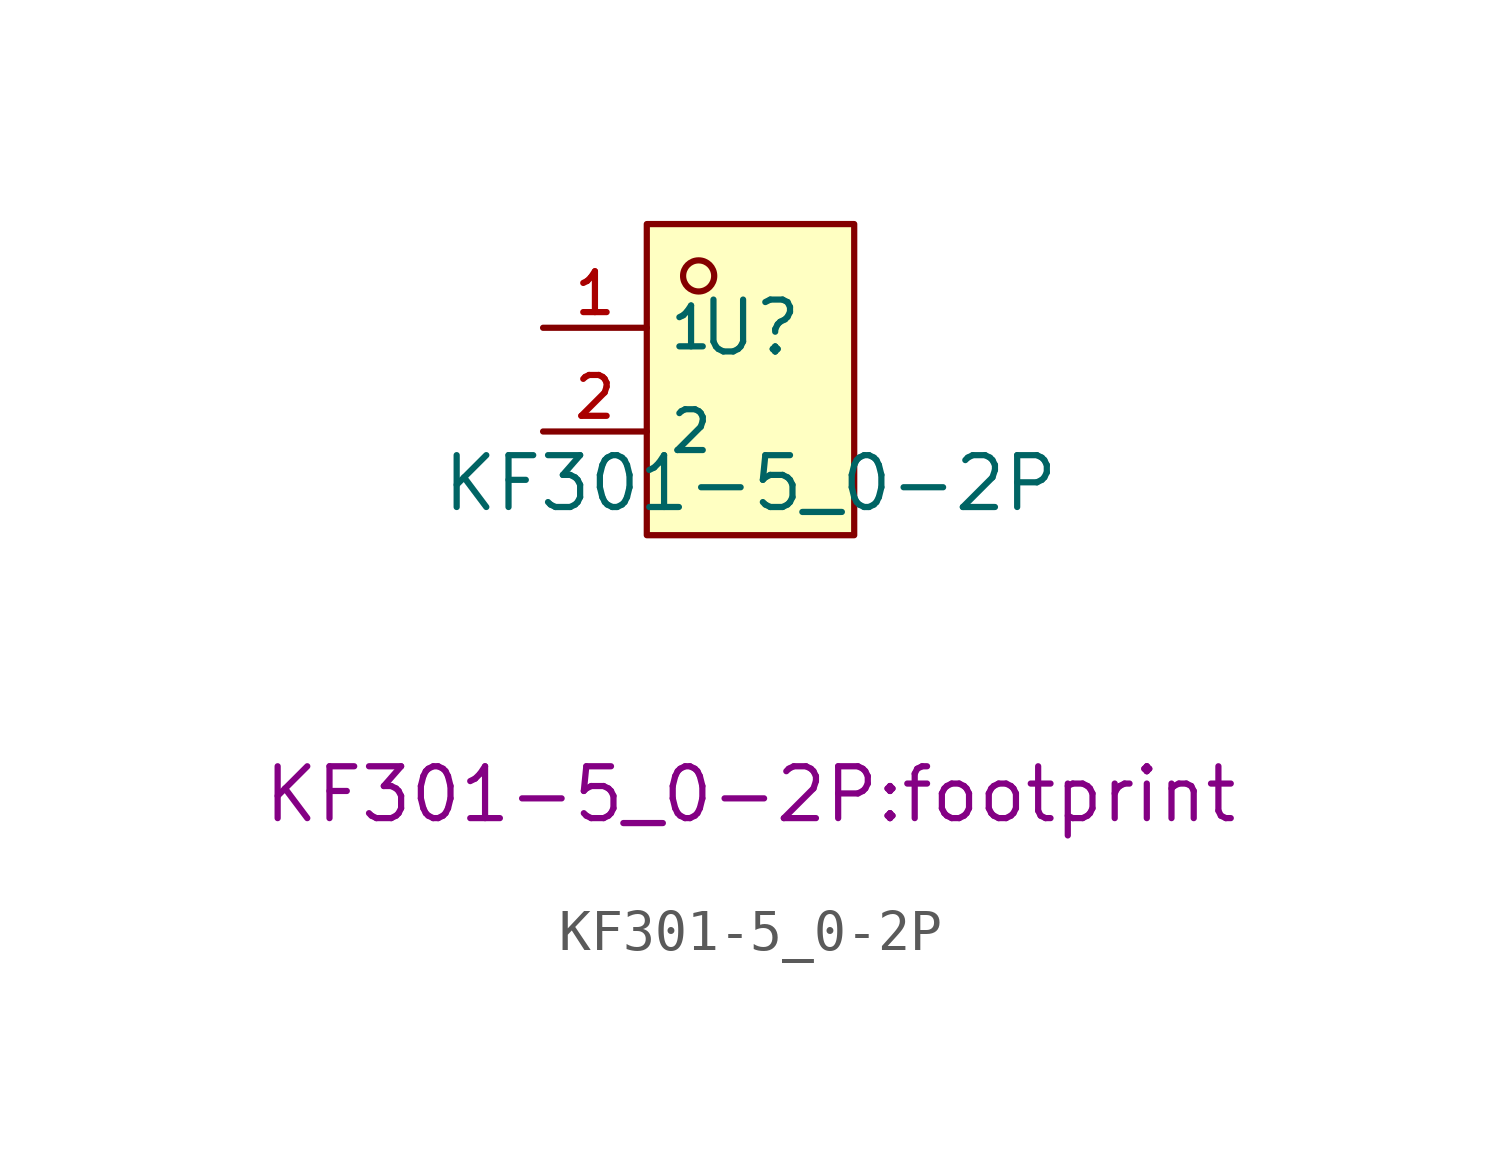
<source format=kicad_sym>
(kicad_symbol_lib
  (version 20210201)
  (generator TousstNicolas/JLC2KiCad_lib)
  (symbol "KF301-5_0-2P"
    (property "Reference" "U"
      (at 0 1.27 0)
      (effects (font (size 1.27 1.27))))
    (property "Value" "KF301-5_0-2P"
      (at 0 -2.54 0)
      (effects (font (size 1.27 1.27))))
    (property "Footprint" "KF301-5_0-2P:footprint"
      (at 0 -10.16 0))
    (symbol "KF301-5_0-2P_0_1"
      (rectangle (start -2.54 3.81) (end 2.54 -3.81) (stroke (width 0) (type default) (color 0 0 0 0)) (fill (type background)))
      (circle (center -1.27 2.54) (radius 0.381) (stroke (width 0) (type default) (color 0 0 0 0)) (fill (type background)))
      (pin unspecified line (at -5.08 1.27 0) (length 2.54) (name "1" (effects (font (size 1 1)))) (number "1" (effects (font (size 1 1)))))
      (pin unspecified line (at -5.08 -1.27 0) (length 2.54) (name "2" (effects (font (size 1 1)))) (number "2" (effects (font (size 1 1))))))))
</source>
